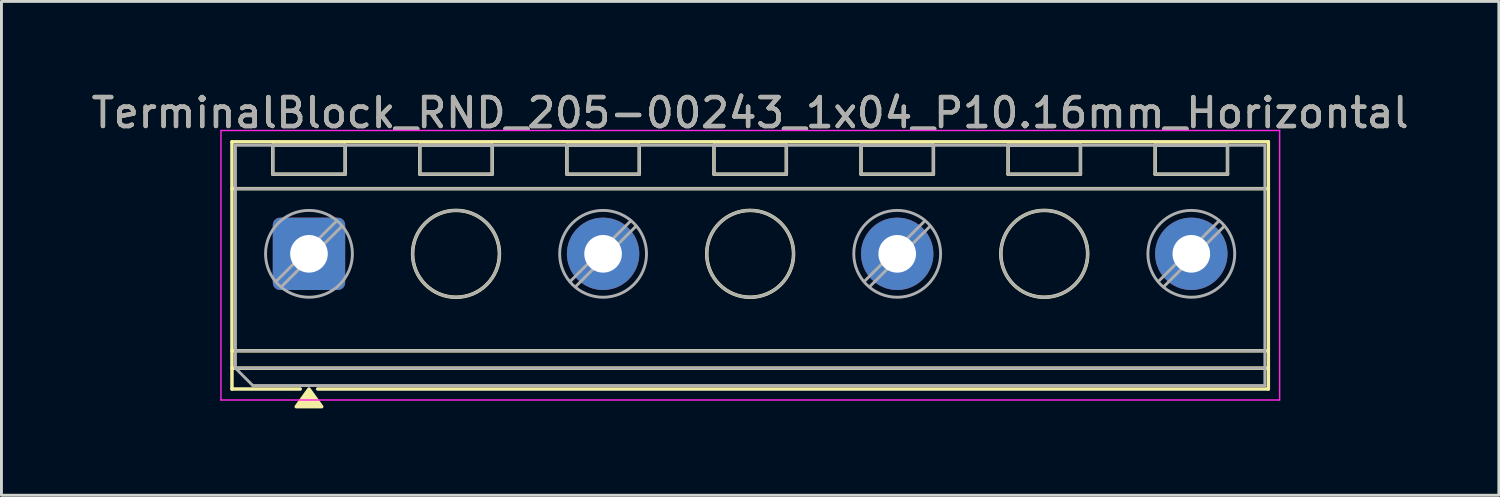
<source format=kicad_pcb>
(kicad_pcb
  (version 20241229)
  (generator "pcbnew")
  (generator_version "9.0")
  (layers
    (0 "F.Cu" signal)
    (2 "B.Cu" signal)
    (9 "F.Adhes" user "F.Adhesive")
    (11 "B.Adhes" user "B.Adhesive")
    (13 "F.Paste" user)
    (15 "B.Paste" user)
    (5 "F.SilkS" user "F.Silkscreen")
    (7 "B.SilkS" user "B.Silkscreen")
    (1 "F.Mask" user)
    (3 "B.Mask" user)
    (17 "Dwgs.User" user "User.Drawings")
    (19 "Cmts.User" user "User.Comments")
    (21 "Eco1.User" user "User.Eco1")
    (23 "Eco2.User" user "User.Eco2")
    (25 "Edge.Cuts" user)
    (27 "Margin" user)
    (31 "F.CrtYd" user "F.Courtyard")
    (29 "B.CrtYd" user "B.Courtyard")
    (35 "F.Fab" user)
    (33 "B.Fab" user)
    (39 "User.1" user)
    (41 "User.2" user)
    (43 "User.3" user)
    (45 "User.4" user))
  (footprint "TerminalBlock_RND_205-00243_1x04_P10.16mm_Horizontal"
    (layer "F.Cu")
    (at 7.623 5.718)
    (property "Reference" "TerminalBlock_RND_205-00243_1x04_P10.16mm_Horizontal" (at 15.24 -4.87 0) (layer "F.SilkS") (effects (font (size 1 1) (thickness 0.15))))
    (attr through_hole)
    (fp_line (start -2.66 -3.87) (end 33.14 -3.87) (stroke (width 0.12) (type solid)) (layer "F.SilkS"))
    (fp_line (start -2.66 -2.25) (end 33.14 -2.25) (stroke (width 0.12) (type solid)) (layer "F.SilkS"))
    (fp_line (start -2.66 3.35) (end 33.14 3.35) (stroke (width 0.12) (type solid)) (layer "F.SilkS"))
    (fp_line (start -2.66 3.95) (end 33.14 3.95) (stroke (width 0.12) (type solid)) (layer "F.SilkS"))
    (fp_line (start -2.66 4.67) (end -2.66 -3.87) (stroke (width 0.12) (type solid)) (layer "F.SilkS"))
    (fp_line (start -1.25 -3.75) (end 1.25 -3.75) (stroke (width 0.12) (type solid)) (layer "F.SilkS"))
    (fp_line (start -1.25 -2.75) (end -1.25 -3.75) (stroke (width 0.12) (type solid)) (layer "F.SilkS"))
    (fp_line (start -0.3 4.67) (end -2.66 4.67) (stroke (width 0.12) (type solid)) (layer "F.SilkS"))
    (fp_line (start 1.25 -3.75) (end 1.25 -2.75) (stroke (width 0.12) (type solid)) (layer "F.SilkS"))
    (fp_line (start 1.25 -2.75) (end -1.25 -2.75) (stroke (width 0.12) (type solid)) (layer "F.SilkS"))
    (fp_line (start 3.83 -3.75) (end 6.33 -3.75) (stroke (width 0.12) (type solid)) (layer "F.SilkS"))
    (fp_line (start 3.83 -2.75) (end 3.83 -3.75) (stroke (width 0.12) (type solid)) (layer "F.SilkS"))
    (fp_line (start 6.33 -3.75) (end 6.33 -2.75) (stroke (width 0.12) (type solid)) (layer "F.SilkS"))
    (fp_line (start 6.33 -2.75) (end 3.83 -2.75) (stroke (width 0.12) (type solid)) (layer "F.SilkS"))
    (fp_line (start 8.91 -3.75) (end 11.41 -3.75) (stroke (width 0.12) (type solid)) (layer "F.SilkS"))
    (fp_line (start 8.91 -2.75) (end 8.91 -3.75) (stroke (width 0.12) (type solid)) (layer "F.SilkS"))
    (fp_line (start 11.41 -3.75) (end 11.41 -2.75) (stroke (width 0.12) (type solid)) (layer "F.SilkS"))
    (fp_line (start 11.41 -2.75) (end 8.91 -2.75) (stroke (width 0.12) (type solid)) (layer "F.SilkS"))
    (fp_line (start 13.99 -3.75) (end 16.49 -3.75) (stroke (width 0.12) (type solid)) (layer "F.SilkS"))
    (fp_line (start 13.99 -2.75) (end 13.99 -3.75) (stroke (width 0.12) (type solid)) (layer "F.SilkS"))
    (fp_line (start 16.49 -3.75) (end 16.49 -2.75) (stroke (width 0.12) (type solid)) (layer "F.SilkS"))
    (fp_line (start 16.49 -2.75) (end 13.99 -2.75) (stroke (width 0.12) (type solid)) (layer "F.SilkS"))
    (fp_line (start 19.07 -3.75) (end 21.57 -3.75) (stroke (width 0.12) (type solid)) (layer "F.SilkS"))
    (fp_line (start 19.07 -2.75) (end 19.07 -3.75) (stroke (width 0.12) (type solid)) (layer "F.SilkS"))
    (fp_line (start 21.57 -3.75) (end 21.57 -2.75) (stroke (width 0.12) (type solid)) (layer "F.SilkS"))
    (fp_line (start 21.57 -2.75) (end 19.07 -2.75) (stroke (width 0.12) (type solid)) (layer "F.SilkS"))
    (fp_line (start 24.15 -3.75) (end 26.65 -3.75) (stroke (width 0.12) (type solid)) (layer "F.SilkS"))
    (fp_line (start 24.15 -2.75) (end 24.15 -3.75) (stroke (width 0.12) (type solid)) (layer "F.SilkS"))
    (fp_line (start 26.65 -3.75) (end 26.65 -2.75) (stroke (width 0.12) (type solid)) (layer "F.SilkS"))
    (fp_line (start 26.65 -2.75) (end 24.15 -2.75) (stroke (width 0.12) (type solid)) (layer "F.SilkS"))
    (fp_line (start 29.23 -3.75) (end 31.73 -3.75) (stroke (width 0.12) (type solid)) (layer "F.SilkS"))
    (fp_line (start 29.23 -2.75) (end 29.23 -3.75) (stroke (width 0.12) (type solid)) (layer "F.SilkS"))
    (fp_line (start 31.73 -3.75) (end 31.73 -2.75) (stroke (width 0.12) (type solid)) (layer "F.SilkS"))
    (fp_line (start 31.73 -2.75) (end 29.23 -2.75) (stroke (width 0.12) (type solid)) (layer "F.SilkS"))
    (fp_line (start 33.14 -3.87) (end 33.14 4.67) (stroke (width 0.12) (type solid)) (layer "F.SilkS"))
    (fp_line (start 33.14 4.67) (end 0.3 4.67) (stroke (width 0.12) (type solid)) (layer "F.SilkS"))
    (fp_circle (center 5.08 0) (end 6.58 0) (stroke (width 0.12) (type solid)) (fill no) (layer "F.SilkS"))
    (fp_circle (center 15.24 0) (end 16.74 0) (stroke (width 0.12) (type solid)) (fill no) (layer "F.SilkS"))
    (fp_circle (center 25.4 0) (end 26.9 0) (stroke (width 0.12) (type solid)) (fill no) (layer "F.SilkS"))
    (fp_poly (pts (xy 0 4.67) (xy 0.44 5.28) (xy -0.44 5.28)) (stroke (width 0.12) (type solid)) (fill yes) (layer "F.SilkS"))
    (fp_line (start -3.04 -4.26) (end -3.04 5.05) (stroke (width 0.05) (type solid)) (layer "F.CrtYd"))
    (fp_line (start -3.04 5.05) (end 33.53 5.05) (stroke (width 0.05) (type solid)) (layer "F.CrtYd"))
    (fp_line (start 33.53 -4.26) (end -3.04 -4.26) (stroke (width 0.05) (type solid)) (layer "F.CrtYd"))
    (fp_line (start 33.53 5.05) (end 33.53 -4.26) (stroke (width 0.05) (type solid)) (layer "F.CrtYd"))
    (fp_line (start -2.54 -3.75) (end 33.02 -3.75) (stroke (width 0.1) (type solid)) (layer "F.Fab"))
    (fp_line (start -2.54 -2.25) (end 33.02 -2.25) (stroke (width 0.1) (type solid)) (layer "F.Fab"))
    (fp_line (start -2.54 3.35) (end 33.02 3.35) (stroke (width 0.1) (type solid)) (layer "F.Fab"))
    (fp_line (start -2.54 3.95) (end -2.54 -3.75) (stroke (width 0.1) (type solid)) (layer "F.Fab"))
    (fp_line (start -2.54 3.95) (end 33.02 3.95) (stroke (width 0.1) (type solid)) (layer "F.Fab"))
    (fp_line (start -1.94 4.55) (end -2.54 3.95) (stroke (width 0.1) (type solid)) (layer "F.Fab"))
    (fp_line (start -1.25 -3.75) (end -1.25 -2.75) (stroke (width 0.1) (type solid)) (layer "F.Fab"))
    (fp_line (start -1.25 -2.75) (end 1.25 -2.75) (stroke (width 0.1) (type solid)) (layer "F.Fab"))
    (fp_line (start 0.955 -1.138) (end -1.138 0.955) (stroke (width 0.1) (type solid)) (layer "F.Fab"))
    (fp_line (start 1.138 -0.955) (end -0.955 1.138) (stroke (width 0.1) (type solid)) (layer "F.Fab"))
    (fp_line (start 1.25 -3.75) (end -1.25 -3.75) (stroke (width 0.1) (type solid)) (layer "F.Fab"))
    (fp_line (start 1.25 -2.75) (end 1.25 -3.75) (stroke (width 0.1) (type solid)) (layer "F.Fab"))
    (fp_line (start 3.83 -3.75) (end 3.83 -2.75) (stroke (width 0.1) (type solid)) (layer "F.Fab"))
    (fp_line (start 3.83 -2.75) (end 6.33 -2.75) (stroke (width 0.1) (type solid)) (layer "F.Fab"))
    (fp_line (start 6.33 -3.75) (end 3.83 -3.75) (stroke (width 0.1) (type solid)) (layer "F.Fab"))
    (fp_line (start 6.33 -2.75) (end 6.33 -3.75) (stroke (width 0.1) (type solid)) (layer "F.Fab"))
    (fp_line (start 8.91 -3.75) (end 8.91 -2.75) (stroke (width 0.1) (type solid)) (layer "F.Fab"))
    (fp_line (start 8.91 -2.75) (end 11.41 -2.75) (stroke (width 0.1) (type solid)) (layer "F.Fab"))
    (fp_line (start 11.115 -1.138) (end 9.022 0.955) (stroke (width 0.1) (type solid)) (layer "F.Fab"))
    (fp_line (start 11.298 -0.955) (end 9.205 1.138) (stroke (width 0.1) (type solid)) (layer "F.Fab"))
    (fp_line (start 11.41 -3.75) (end 8.91 -3.75) (stroke (width 0.1) (type solid)) (layer "F.Fab"))
    (fp_line (start 11.41 -2.75) (end 11.41 -3.75) (stroke (width 0.1) (type solid)) (layer "F.Fab"))
    (fp_line (start 13.99 -3.75) (end 13.99 -2.75) (stroke (width 0.1) (type solid)) (layer "F.Fab"))
    (fp_line (start 13.99 -2.75) (end 16.49 -2.75) (stroke (width 0.1) (type solid)) (layer "F.Fab"))
    (fp_line (start 16.49 -3.75) (end 13.99 -3.75) (stroke (width 0.1) (type solid)) (layer "F.Fab"))
    (fp_line (start 16.49 -2.75) (end 16.49 -3.75) (stroke (width 0.1) (type solid)) (layer "F.Fab"))
    (fp_line (start 19.07 -3.75) (end 19.07 -2.75) (stroke (width 0.1) (type solid)) (layer "F.Fab"))
    (fp_line (start 19.07 -2.75) (end 21.57 -2.75) (stroke (width 0.1) (type solid)) (layer "F.Fab"))
    (fp_line (start 21.275 -1.138) (end 19.182 0.955) (stroke (width 0.1) (type solid)) (layer "F.Fab"))
    (fp_line (start 21.458 -0.955) (end 19.365 1.138) (stroke (width 0.1) (type solid)) (layer "F.Fab"))
    (fp_line (start 21.57 -3.75) (end 19.07 -3.75) (stroke (width 0.1) (type solid)) (layer "F.Fab"))
    (fp_line (start 21.57 -2.75) (end 21.57 -3.75) (stroke (width 0.1) (type solid)) (layer "F.Fab"))
    (fp_line (start 24.15 -3.75) (end 24.15 -2.75) (stroke (width 0.1) (type solid)) (layer "F.Fab"))
    (fp_line (start 24.15 -2.75) (end 26.65 -2.75) (stroke (width 0.1) (type solid)) (layer "F.Fab"))
    (fp_line (start 26.65 -3.75) (end 24.15 -3.75) (stroke (width 0.1) (type solid)) (layer "F.Fab"))
    (fp_line (start 26.65 -2.75) (end 26.65 -3.75) (stroke (width 0.1) (type solid)) (layer "F.Fab"))
    (fp_line (start 29.23 -3.75) (end 29.23 -2.75) (stroke (width 0.1) (type solid)) (layer "F.Fab"))
    (fp_line (start 29.23 -2.75) (end 31.73 -2.75) (stroke (width 0.1) (type solid)) (layer "F.Fab"))
    (fp_line (start 31.435 -1.138) (end 29.342 0.955) (stroke (width 0.1) (type solid)) (layer "F.Fab"))
    (fp_line (start 31.618 -0.955) (end 29.525 1.138) (stroke (width 0.1) (type solid)) (layer "F.Fab"))
    (fp_line (start 31.73 -3.75) (end 29.23 -3.75) (stroke (width 0.1) (type solid)) (layer "F.Fab"))
    (fp_line (start 31.73 -2.75) (end 31.73 -3.75) (stroke (width 0.1) (type solid)) (layer "F.Fab"))
    (fp_line (start 33.02 -3.75) (end 33.02 4.55) (stroke (width 0.1) (type solid)) (layer "F.Fab"))
    (fp_line (start 33.02 4.55) (end -1.94 4.55) (stroke (width 0.1) (type solid)) (layer "F.Fab"))
    (fp_circle (center 0 0) (end 1.5 0) (stroke (width 0.1) (type solid)) (fill no) (layer "F.Fab"))
    (fp_circle (center 5.08 0) (end 6.58 0) (stroke (width 0.1) (type solid)) (fill no) (layer "F.Fab"))
    (fp_circle (center 10.16 0) (end 11.66 0) (stroke (width 0.1) (type solid)) (fill no) (layer "F.Fab"))
    (fp_circle (center 15.24 0) (end 16.74 0) (stroke (width 0.1) (type solid)) (fill no) (layer "F.Fab"))
    (fp_circle (center 20.32 0) (end 21.82 0) (stroke (width 0.1) (type solid)) (fill no) (layer "F.Fab"))
    (fp_circle (center 25.4 0) (end 26.9 0) (stroke (width 0.1) (type solid)) (fill no) (layer "F.Fab"))
    (fp_circle (center 30.48 0) (end 31.98 0) (stroke (width 0.1) (type solid)) (fill no) (layer "F.Fab"))
    (fp_text user "${REFERENCE}" (at 15.24 -4.87 0) (layer "F.Fab") (effects (font (size 1 1) (thickness 0.15))))
    (pad "1" thru_hole roundrect (at 0 0) (size 2.5 2.5) (drill 1.3) (layers "*.Cu" "*.Mask") (roundrect_rratio 0.1))
    (pad "2" thru_hole circle (at 10.16 0) (size 2.5 2.5) (drill 1.3) (layers "*.Cu" "*.Mask"))
    (pad "3" thru_hole circle (at 20.32 0) (size 2.5 2.5) (drill 1.3) (layers "*.Cu" "*.Mask"))
    (pad "4" thru_hole circle (at 30.48 0) (size 2.5 2.5) (drill 1.3) (layers "*.Cu" "*.Mask")))
  (gr_rect
    (start -3 -3)
    (end 48.726 14.058)
    (stroke (width 0.1) (type default))
    (fill no)
    (layer "Edge.Cuts")))
</source>
